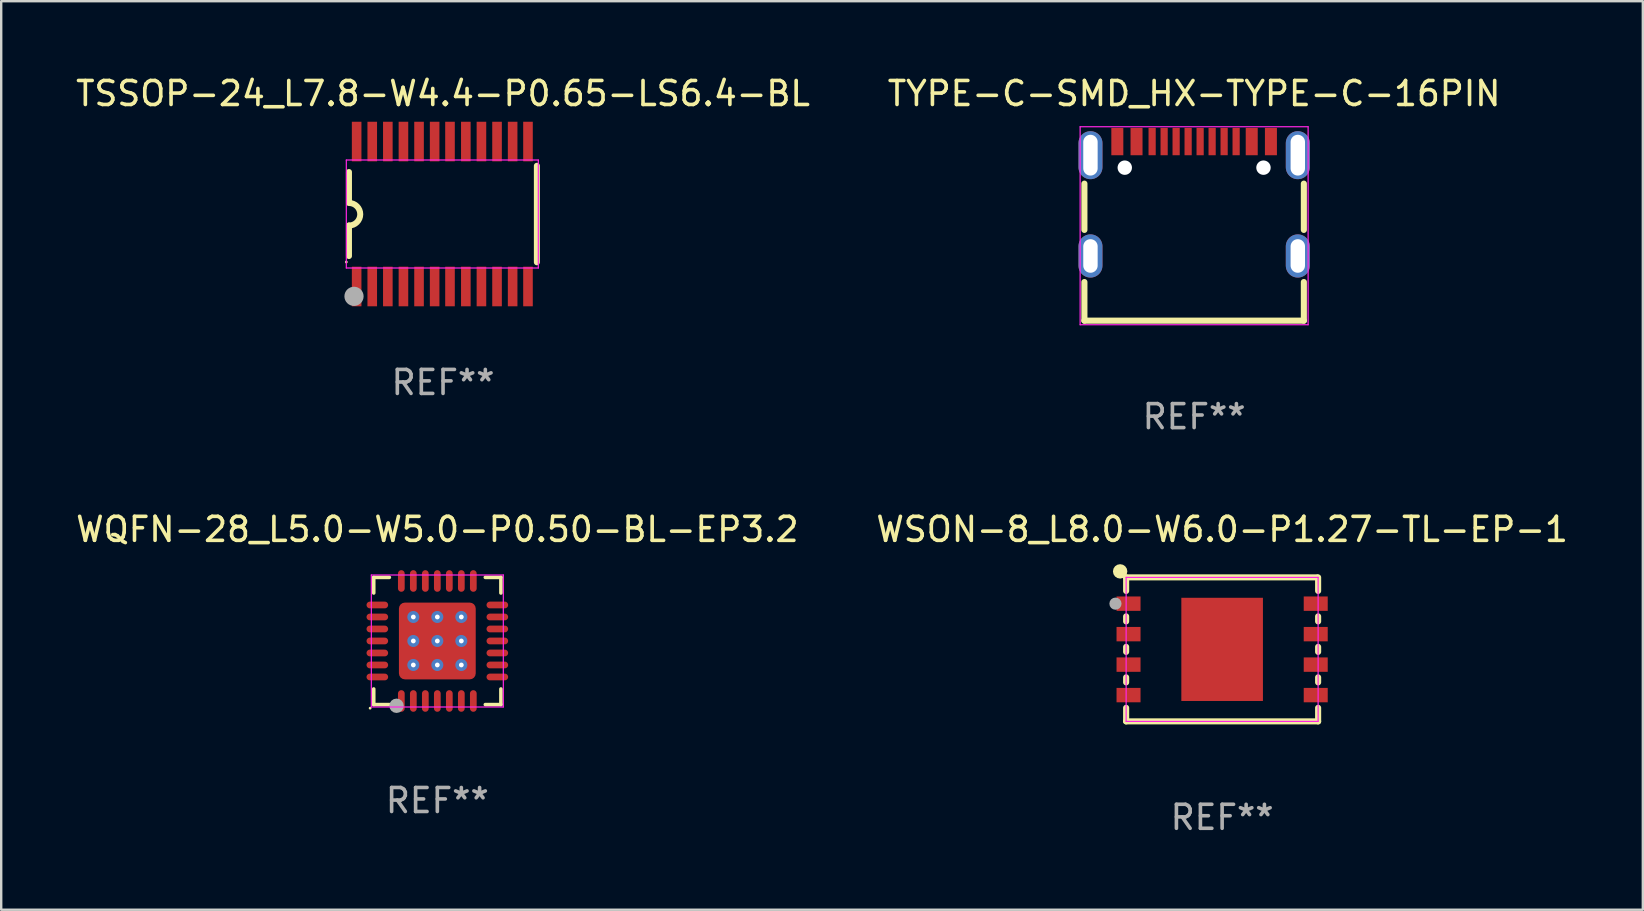
<source format=kicad_pcb>
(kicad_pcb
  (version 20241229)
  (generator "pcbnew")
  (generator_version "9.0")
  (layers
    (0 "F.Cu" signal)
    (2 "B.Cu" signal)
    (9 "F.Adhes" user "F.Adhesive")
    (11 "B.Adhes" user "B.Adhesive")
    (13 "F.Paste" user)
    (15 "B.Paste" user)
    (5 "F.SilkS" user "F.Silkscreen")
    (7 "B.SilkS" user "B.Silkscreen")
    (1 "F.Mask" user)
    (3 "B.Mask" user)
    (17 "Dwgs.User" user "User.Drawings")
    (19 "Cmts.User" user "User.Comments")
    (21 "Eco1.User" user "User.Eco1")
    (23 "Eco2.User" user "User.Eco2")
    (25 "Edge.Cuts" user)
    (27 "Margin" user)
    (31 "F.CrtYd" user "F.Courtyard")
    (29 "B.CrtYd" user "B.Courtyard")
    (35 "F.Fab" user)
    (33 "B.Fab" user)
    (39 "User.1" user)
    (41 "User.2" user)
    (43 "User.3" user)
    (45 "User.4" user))
  (footprint "TSSOP-24_L7.8-W4.4-P0.65-LS6.4-BL"
    (layer "F.Cu")
    (at 15.381 5.868)
    (property "Reference" "TSSOP-24_L7.8-W4.4-P0.65-LS6.4-BL" (at 0.03 -5.02 0) (layer "F.SilkS") (effects (font (size 1 1) (thickness 0.15))))
    (attr smd)
    (fp_line (start -3.89 -0.48) (end -3.89 -1.75) (stroke (width 0.25) (type solid)) (layer "F.SilkS"))
    (fp_line (start -3.89 1.75) (end -3.89 0.48) (stroke (width 0.25) (type solid)) (layer "F.SilkS"))
    (fp_line (start 3.94 -2.01) (end 3.94 2.01) (stroke (width 0.25) (type solid)) (layer "F.SilkS"))
    (fp_arc (start -3.89 -0.46) (mid -3.42 0.01) (end -3.89 0.48) (stroke (width 0.25) (type solid)) (layer "F.SilkS"))
    (fp_circle (center -4 2) (end -3.97 2) (stroke (width 0.06) (type solid)) (fill no) (layer "F.SilkS"))
    (fp_line (start -4 -2.25) (end -4 2.25) (stroke (width 0.05) (type default)) (layer "F.CrtYd"))
    (fp_line (start -4 2.25) (end 4 2.25) (stroke (width 0.05) (type default)) (layer "F.CrtYd"))
    (fp_line (start 4 -2.25) (end -4 -2.25) (stroke (width 0.05) (type default)) (layer "F.CrtYd"))
    (fp_line (start 4 2.25) (end 4 -2.25) (stroke (width 0.05) (type default)) (layer "F.CrtYd"))
    (fp_circle (center -3.68 3.43) (end -3.48 3.43) (stroke (width 0.4) (type solid)) (fill no) (layer "F.Fab"))
    (fp_text user "REF**" (at 0.03 7.02 0) (layer "F.Fab") (effects (font (size 1 1) (thickness 0.15))))
    (pad "1" smd rect (at -3.57 3.02) (size 0.4 1.65) (layers "F.Cu" "F.Mask" "F.Paste"))
    (pad "2" smd rect (at -2.92 3.02) (size 0.4 1.65) (layers "F.Cu" "F.Mask" "F.Paste"))
    (pad "3" smd rect (at -2.27 3.02) (size 0.4 1.65) (layers "F.Cu" "F.Mask" "F.Paste"))
    (pad "4" smd rect (at -1.62 3.02) (size 0.4 1.65) (layers "F.Cu" "F.Mask" "F.Paste"))
    (pad "5" smd rect (at -0.97 3.02) (size 0.4 1.65) (layers "F.Cu" "F.Mask" "F.Paste"))
    (pad "6" smd rect (at -0.32 3.02) (size 0.4 1.65) (layers "F.Cu" "F.Mask" "F.Paste"))
    (pad "7" smd rect (at 0.32 3.02) (size 0.4 1.65) (layers "F.Cu" "F.Mask" "F.Paste"))
    (pad "8" smd rect (at 0.98 3.02) (size 0.4 1.65) (layers "F.Cu" "F.Mask" "F.Paste"))
    (pad "9" smd rect (at 1.63 3.02) (size 0.4 1.65) (layers "F.Cu" "F.Mask" "F.Paste"))
    (pad "10" smd rect (at 2.28 3.02) (size 0.4 1.65) (layers "F.Cu" "F.Mask" "F.Paste"))
    (pad "11" smd rect (at 2.93 3.02) (size 0.4 1.65) (layers "F.Cu" "F.Mask" "F.Paste"))
    (pad "12" smd rect (at 3.57 3.02) (size 0.4 1.65) (layers "F.Cu" "F.Mask" "F.Paste"))
    (pad "13" smd rect (at 3.57 -3.02) (size 0.4 1.65) (layers "F.Cu" "F.Mask" "F.Paste"))
    (pad "14" smd rect (at 2.93 -3.02) (size 0.4 1.65) (layers "F.Cu" "F.Mask" "F.Paste"))
    (pad "15" smd rect (at 2.28 -3.02) (size 0.4 1.65) (layers "F.Cu" "F.Mask" "F.Paste"))
    (pad "16" smd rect (at 1.63 -3.02) (size 0.4 1.65) (layers "F.Cu" "F.Mask" "F.Paste"))
    (pad "17" smd rect (at 0.98 -3.02) (size 0.4 1.65) (layers "F.Cu" "F.Mask" "F.Paste"))
    (pad "18" smd rect (at 0.32 -3.02) (size 0.4 1.65) (layers "F.Cu" "F.Mask" "F.Paste"))
    (pad "19" smd rect (at -0.32 -3.02) (size 0.4 1.65) (layers "F.Cu" "F.Mask" "F.Paste"))
    (pad "20" smd rect (at -0.97 -3.02) (size 0.4 1.65) (layers "F.Cu" "F.Mask" "F.Paste"))
    (pad "21" smd rect (at -1.62 -3.02) (size 0.4 1.65) (layers "F.Cu" "F.Mask" "F.Paste"))
    (pad "22" smd rect (at -2.27 -3.02) (size 0.4 1.65) (layers "F.Cu" "F.Mask" "F.Paste"))
    (pad "23" smd rect (at -2.92 -3.02) (size 0.4 1.65) (layers "F.Cu" "F.Mask" "F.Paste"))
    (pad "24" smd rect (at -3.57 -3.02) (size 0.4 1.65) (layers "F.Cu" "F.Mask" "F.Paste")))
  (footprint "TYPE-C-SMD_HX-TYPE-C-16PIN"
    (layer "F.Cu")
    (at 46.708 5.232)
    (property "Reference" "TYPE-C-SMD_HX-TYPE-C-16PIN" (at 0 -4.384 0) (layer "F.SilkS") (effects (font (size 1 1) (thickness 0.15))))
    (attr through_hole)
    (fp_line (start -4.572 -0.63) (end -4.572 1.298) (stroke (width 0.254) (type solid)) (layer "F.SilkS"))
    (fp_line (start -4.572 3.47) (end -4.572 5.08) (stroke (width 0.254) (type solid)) (layer "F.SilkS"))
    (fp_line (start -4.572 5.08) (end 4.572 5.08) (stroke (width 0.254) (type solid)) (layer "F.SilkS"))
    (fp_line (start 4.572 1.298) (end 4.572 -0.63) (stroke (width 0.254) (type solid)) (layer "F.SilkS"))
    (fp_line (start 4.572 5.08) (end 4.572 3.47) (stroke (width 0.254) (type solid)) (layer "F.SilkS"))
    (fp_line (start -4.75 -3) (end 4.75 -3) (stroke (width 0.05) (type default)) (layer "F.CrtYd"))
    (fp_line (start -4.75 5.25) (end -4.75 -3) (stroke (width 0.05) (type default)) (layer "F.CrtYd"))
    (fp_line (start 4.75 -3) (end 4.75 5.25) (stroke (width 0.05) (type default)) (layer "F.CrtYd"))
    (fp_line (start 4.75 5.25) (end -4.75 5.25) (stroke (width 0.05) (type default)) (layer "F.CrtYd"))
    (fp_circle (center -2.89 -1.296) (end -2.765 -1.296) (stroke (width 0.25) (type solid)) (fill no) (layer "F.Fab"))
    (fp_circle (center 2.89 -1.296) (end 3.015 -1.296) (stroke (width 0.25) (type solid)) (fill no) (layer "F.Fab"))
    (fp_text user "REF**" (at 0 9.08 0) (layer "F.Fab") (effects (font (size 1 1) (thickness 0.15))))
    (pad "" np_thru_hole circle (at -2.89 -1.296) (size 0.6 0.6) (drill 0.6) (layers "*.Cu" "*.Mask"))
    (pad "" np_thru_hole circle (at 2.89 -1.296) (size 0.6 0.6) (drill 0.6) (layers "*.Cu" "*.Mask"))
    (pad "A5" smd rect (at -1.25 -2.383) (size 0.3 1.14) (layers "F.Cu" "F.Mask" "F.Paste"))
    (pad "A6" smd rect (at -0.25 -2.383) (size 0.3 1.14) (layers "F.Cu" "F.Mask" "F.Paste"))
    (pad "A7" smd rect (at 0.25 -2.383) (size 0.3 1.14) (layers "F.Cu" "F.Mask" "F.Paste"))
    (pad "A8" smd rect (at 1.25 -2.384) (size 0.3 1.14) (layers "F.Cu" "F.Mask" "F.Paste"))
    (pad "A9B4" smd rect (at 2.4 -2.383) (size 0.5 1.14) (layers "F.Cu" "F.Mask" "F.Paste"))
    (pad "A12B1" smd rect (at 3.2 -2.383) (size 0.5 1.14) (layers "F.Cu" "F.Mask" "F.Paste"))
    (pad "B5" smd rect (at 1.75 -2.383) (size 0.3 1.14) (layers "F.Cu" "F.Mask" "F.Paste"))
    (pad "B6" smd rect (at 0.75 -2.383) (size 0.3 1.14) (layers "F.Cu" "F.Mask" "F.Paste"))
    (pad "B7" smd rect (at -0.75 -2.383) (size 0.3 1.14) (layers "F.Cu" "F.Mask" "F.Paste"))
    (pad "B8" smd rect (at -1.75 -2.384) (size 0.3 1.14) (layers "F.Cu" "F.Mask" "F.Paste"))
    (pad "B9A4" smd rect (at -2.4 -2.383) (size 0.5 1.14) (layers "F.Cu" "F.Mask" "F.Paste"))
    (pad "B12A1" smd rect (at -3.2 -2.383) (size 0.5 1.14) (layers "F.Cu" "F.Mask" "F.Paste"))
    (pad "S1" thru_hole oval (at -4.32 -1.816) (size 1 2) (drill oval 0.6 1.7) (layers "*.Cu" "*.Mask"))
    (pad "S1" thru_hole oval (at -4.32 2.384) (size 1 1.8) (drill oval 0.6 1.4) (layers "*.Cu" "*.Mask"))
    (pad "S1" thru_hole oval (at 4.32 -1.816) (size 1 2) (drill oval 0.6 1.7) (layers "*.Cu" "*.Mask"))
    (pad "S1" thru_hole oval (at 4.32 2.384) (size 1 1.8) (drill oval 0.6 1.4) (layers "*.Cu" "*.Mask")))
  (footprint "WSON-8_L8.0-W6.0-P1.27-TL-EP-1"
    (layer "F.Cu")
    (at 47.875 24.009)
    (property "Reference" "WSON-8_L8.0-W6.0-P1.27-TL-EP-1" (at 0 -5 0) (layer "F.SilkS") (effects (font (size 1 1) (thickness 0.15))))
    (attr smd)
    (fp_line (start -4 -3) (end 3.95 -3) (stroke (width 0.254) (type solid)) (layer "F.SilkS"))
    (fp_line (start -4 -2.436) (end -4 -3) (stroke (width 0.254) (type solid)) (layer "F.SilkS"))
    (fp_line (start -4 -1.166) (end -4 -1.374) (stroke (width 0.254) (type solid)) (layer "F.SilkS"))
    (fp_line (start -4 0.104) (end -4 -0.104) (stroke (width 0.254) (type solid)) (layer "F.SilkS"))
    (fp_line (start -4 1.374) (end -4 1.166) (stroke (width 0.254) (type solid)) (layer "F.SilkS"))
    (fp_line (start -4 3) (end -4 2.436) (stroke (width 0.254) (type solid)) (layer "F.SilkS"))
    (fp_line (start 4 -3) (end 4 -2.436) (stroke (width 0.254) (type solid)) (layer "F.SilkS"))
    (fp_line (start 4 -1.374) (end 4 -1.166) (stroke (width 0.254) (type solid)) (layer "F.SilkS"))
    (fp_line (start 4 -0.104) (end 4 0.104) (stroke (width 0.254) (type solid)) (layer "F.SilkS"))
    (fp_line (start 4 1.166) (end 4 1.374) (stroke (width 0.254) (type solid)) (layer "F.SilkS"))
    (fp_line (start 4 2.436) (end 4 3) (stroke (width 0.254) (type solid)) (layer "F.SilkS"))
    (fp_line (start 4 3) (end -4 3) (stroke (width 0.254) (type solid)) (layer "F.SilkS"))
    (fp_circle (center -4.25 -3.25) (end -4.25 -3.25) (stroke (width 0.3) (type solid)) (fill no) (layer "F.SilkS"))
    (fp_circle (center -4 -3) (end -3.97 -3) (stroke (width 0.06) (type solid)) (fill no) (layer "F.SilkS"))
    (fp_line (start -4 -3) (end 4 -3) (stroke (width 0.05) (type default)) (layer "F.CrtYd"))
    (fp_line (start -4 3) (end -4 -3) (stroke (width 0.05) (type default)) (layer "F.CrtYd"))
    (fp_line (start 4 -3) (end 4 3) (stroke (width 0.05) (type default)) (layer "F.CrtYd"))
    (fp_line (start 4 3) (end -4 3) (stroke (width 0.05) (type default)) (layer "F.CrtYd"))
    (fp_circle (center -4.445 -1.905) (end -4.318 -1.905) (stroke (width 0.254) (type solid)) (fill no) (layer "F.Fab"))
    (fp_text user "REF**" (at 0 7 0) (layer "F.Fab") (effects (font (size 1 1) (thickness 0.15))))
    (pad "1" smd rect (at -3.9 -1.905 270) (size 0.6 1) (layers "F.Cu" "F.Mask" "F.Paste"))
    (pad "2" smd rect (at -3.9 -0.635 270) (size 0.6 1) (layers "F.Cu" "F.Mask" "F.Paste"))
    (pad "3" smd rect (at -3.9 0.635 270) (size 0.6 1) (layers "F.Cu" "F.Mask" "F.Paste"))
    (pad "4" smd rect (at -3.9 1.905 270) (size 0.6 1) (layers "F.Cu" "F.Mask" "F.Paste"))
    (pad "5" smd rect (at 3.9 1.905 90) (size 0.6 1) (layers "F.Cu" "F.Mask" "F.Paste"))
    (pad "6" smd rect (at 3.9 0.635 90) (size 0.6 1) (layers "F.Cu" "F.Mask" "F.Paste"))
    (pad "7" smd rect (at 3.9 -0.635 90) (size 0.6 1) (layers "F.Cu" "F.Mask" "F.Paste"))
    (pad "8" smd rect (at 3.9 -1.905 90) (size 0.6 1) (layers "F.Cu" "F.Mask" "F.Paste"))
    (pad "9" smd rect (at 0 0 90) (size 4.3 3.4) (layers "F.Cu" "F.Mask" "F.Paste")))
  (footprint "WQFN-28_L5.0-W5.0-P0.50-BL-EP3.2"
    (layer "F.Cu")
    (at 15.173 23.659)
    (property "Reference" "WQFN-28_L5.0-W5.0-P0.50-BL-EP3.2" (at 0 -4.65 0) (layer "F.SilkS") (effects (font (size 1 1) (thickness 0.15))))
    (attr smd)
    (fp_line (start -2.65 -2.65) (end -2.65 -2) (stroke (width 0.15) (type solid)) (layer "F.SilkS"))
    (fp_line (start -2.65 2.65) (end -2.65 2) (stroke (width 0.15) (type solid)) (layer "F.SilkS"))
    (fp_line (start -2 -2.65) (end -2.65 -2.65) (stroke (width 0.15) (type solid)) (layer "F.SilkS"))
    (fp_line (start -2 2.65) (end -2.65 2.65) (stroke (width 0.15) (type solid)) (layer "F.SilkS"))
    (fp_line (start 2 2.65) (end 2.65 2.65) (stroke (width 0.15) (type solid)) (layer "F.SilkS"))
    (fp_line (start 2.65 -2.65) (end 2 -2.65) (stroke (width 0.15) (type solid)) (layer "F.SilkS"))
    (fp_line (start 2.65 -2) (end 2.65 -2.65) (stroke (width 0.15) (type solid)) (layer "F.SilkS"))
    (fp_line (start 2.65 2.65) (end 2.65 2) (stroke (width 0.15) (type solid)) (layer "F.SilkS"))
    (fp_circle (center -2.8 2.8) (end -2.77 2.8) (stroke (width 0.06) (type solid)) (fill no) (layer "F.SilkS"))
    (fp_line (start -2.75 -2.75) (end 2.75 -2.75) (stroke (width 0.05) (type default)) (layer "F.CrtYd"))
    (fp_line (start -2.75 2.75) (end -2.75 -2.75) (stroke (width 0.05) (type default)) (layer "F.CrtYd"))
    (fp_line (start 2.75 -2.75) (end 2.75 2.75) (stroke (width 0.05) (type default)) (layer "F.CrtYd"))
    (fp_line (start 2.75 2.75) (end -2.75 2.75) (stroke (width 0.05) (type default)) (layer "F.CrtYd"))
    (fp_circle (center -1.7 2.7) (end -1.55 2.7) (stroke (width 0.3) (type solid)) (fill no) (layer "F.Fab"))
    (fp_text user "REF**" (at 0 6.65 0) (layer "F.Fab") (effects (font (size 1 1) (thickness 0.15))))
    (pad "1" smd oval (at -1.5 2.5 180) (size 0.28 0.9) (layers "F.Cu" "F.Mask" "F.Paste"))
    (pad "2" smd oval (at -1 2.5 180) (size 0.28 0.9) (layers "F.Cu" "F.Mask" "F.Paste"))
    (pad "3" smd oval (at -0.5 2.5 180) (size 0.28 0.9) (layers "F.Cu" "F.Mask" "F.Paste"))
    (pad "4" smd oval (at 0 2.5 180) (size 0.28 0.9) (layers "F.Cu" "F.Mask" "F.Paste"))
    (pad "5" smd oval (at 0.5 2.5 180) (size 0.28 0.9) (layers "F.Cu" "F.Mask" "F.Paste"))
    (pad "6" smd oval (at 1 2.5 180) (size 0.28 0.9) (layers "F.Cu" "F.Mask" "F.Paste"))
    (pad "7" smd oval (at 1.5 2.5 180) (size 0.28 0.9) (layers "F.Cu" "F.Mask" "F.Paste"))
    (pad "8" smd oval (at 2.5 1.5 90) (size 0.28 0.9) (layers "F.Cu" "F.Mask" "F.Paste"))
    (pad "9" smd oval (at 2.5 1 90) (size 0.28 0.9) (layers "F.Cu" "F.Mask" "F.Paste"))
    (pad "10" smd oval (at 2.5 0.5 90) (size 0.28 0.9) (layers "F.Cu" "F.Mask" "F.Paste"))
    (pad "11" smd oval (at 2.5 0 90) (size 0.28 0.9) (layers "F.Cu" "F.Mask" "F.Paste"))
    (pad "12" smd oval (at 2.5 -0.5 90) (size 0.28 0.9) (layers "F.Cu" "F.Mask" "F.Paste"))
    (pad "13" smd oval (at 2.5 -1 90) (size 0.28 0.9) (layers "F.Cu" "F.Mask" "F.Paste"))
    (pad "14" smd oval (at 2.5 -1.5 90) (size 0.28 0.9) (layers "F.Cu" "F.Mask" "F.Paste"))
    (pad "15" smd oval (at 1.5 -2.5 180) (size 0.28 0.9) (layers "F.Cu" "F.Mask" "F.Paste"))
    (pad "16" smd oval (at 1 -2.5 180) (size 0.28 0.9) (layers "F.Cu" "F.Mask" "F.Paste"))
    (pad "17" smd oval (at 0.5 -2.5 180) (size 0.28 0.9) (layers "F.Cu" "F.Mask" "F.Paste"))
    (pad "18" smd oval (at 0 -2.5 180) (size 0.28 0.9) (layers "F.Cu" "F.Mask" "F.Paste"))
    (pad "19" smd oval (at -0.5 -2.5 180) (size 0.28 0.9) (layers "F.Cu" "F.Mask" "F.Paste"))
    (pad "20" smd oval (at -1 -2.5 180) (size 0.28 0.9) (layers "F.Cu" "F.Mask" "F.Paste"))
    (pad "21" smd oval (at -1.5 -2.5 180) (size 0.28 0.9) (layers "F.Cu" "F.Mask" "F.Paste"))
    (pad "22" smd oval (at -2.5 -1.5 90) (size 0.28 0.9) (layers "F.Cu" "F.Mask" "F.Paste"))
    (pad "23" smd oval (at -2.5 -1 90) (size 0.28 0.9) (layers "F.Cu" "F.Mask" "F.Paste"))
    (pad "24" smd oval (at -2.5 -0.5 90) (size 0.28 0.9) (layers "F.Cu" "F.Mask" "F.Paste"))
    (pad "25" smd oval (at -2.5 0 90) (size 0.28 0.9) (layers "F.Cu" "F.Mask" "F.Paste"))
    (pad "26" smd oval (at -2.5 0.5 90) (size 0.28 0.9) (layers "F.Cu" "F.Mask" "F.Paste"))
    (pad "27" smd oval (at -2.5 1 90) (size 0.28 0.9) (layers "F.Cu" "F.Mask" "F.Paste"))
    (pad "28" smd oval (at -2.5 1.5 90) (size 0.28 0.9) (layers "F.Cu" "F.Mask" "F.Paste"))
    (pad "29" thru_hole circle (at -1 -1) (size 0.5 0.5) (drill 0.2) (property pad_prop_heatsink) (layers "*.Cu"))
    (pad "29" thru_hole circle (at -1 0) (size 0.5 0.5) (drill 0.2) (property pad_prop_heatsink) (layers "*.Cu"))
    (pad "29" thru_hole circle (at -1 1) (size 0.5 0.5) (drill 0.2) (property pad_prop_heatsink) (layers "*.Cu"))
    (pad "29" thru_hole circle (at 0 -1) (size 0.5 0.5) (drill 0.2) (property pad_prop_heatsink) (layers "*.Cu"))
    (pad "29" thru_hole circle (at 0 0) (size 0.5 0.5) (drill 0.2) (property pad_prop_heatsink) (layers "*.Cu"))
    (pad "29" smd roundrect (at 0 0 90) (size 3.2 3.2) (layers "F.Cu" "F.Mask" "F.Paste") (roundrect_rratio 0.078))
    (pad "29" thru_hole circle (at 0 1) (size 0.5 0.5) (drill 0.2) (property pad_prop_heatsink) (layers "*.Cu"))
    (pad "29" thru_hole circle (at 1 -1) (size 0.5 0.5) (drill 0.2) (property pad_prop_heatsink) (layers "*.Cu"))
    (pad "29" thru_hole circle (at 1 0) (size 0.5 0.5) (drill 0.2) (property pad_prop_heatsink) (layers "*.Cu"))
    (pad "29" thru_hole circle (at 1 1) (size 0.5 0.5) (drill 0.2) (property pad_prop_heatsink) (layers "*.Cu")))
  (gr_rect
    (start -3 -3)
    (end 65.405 34.857)
    (stroke (width 0.1) (type default))
    (fill no)
    (layer "Edge.Cuts")))
</source>
